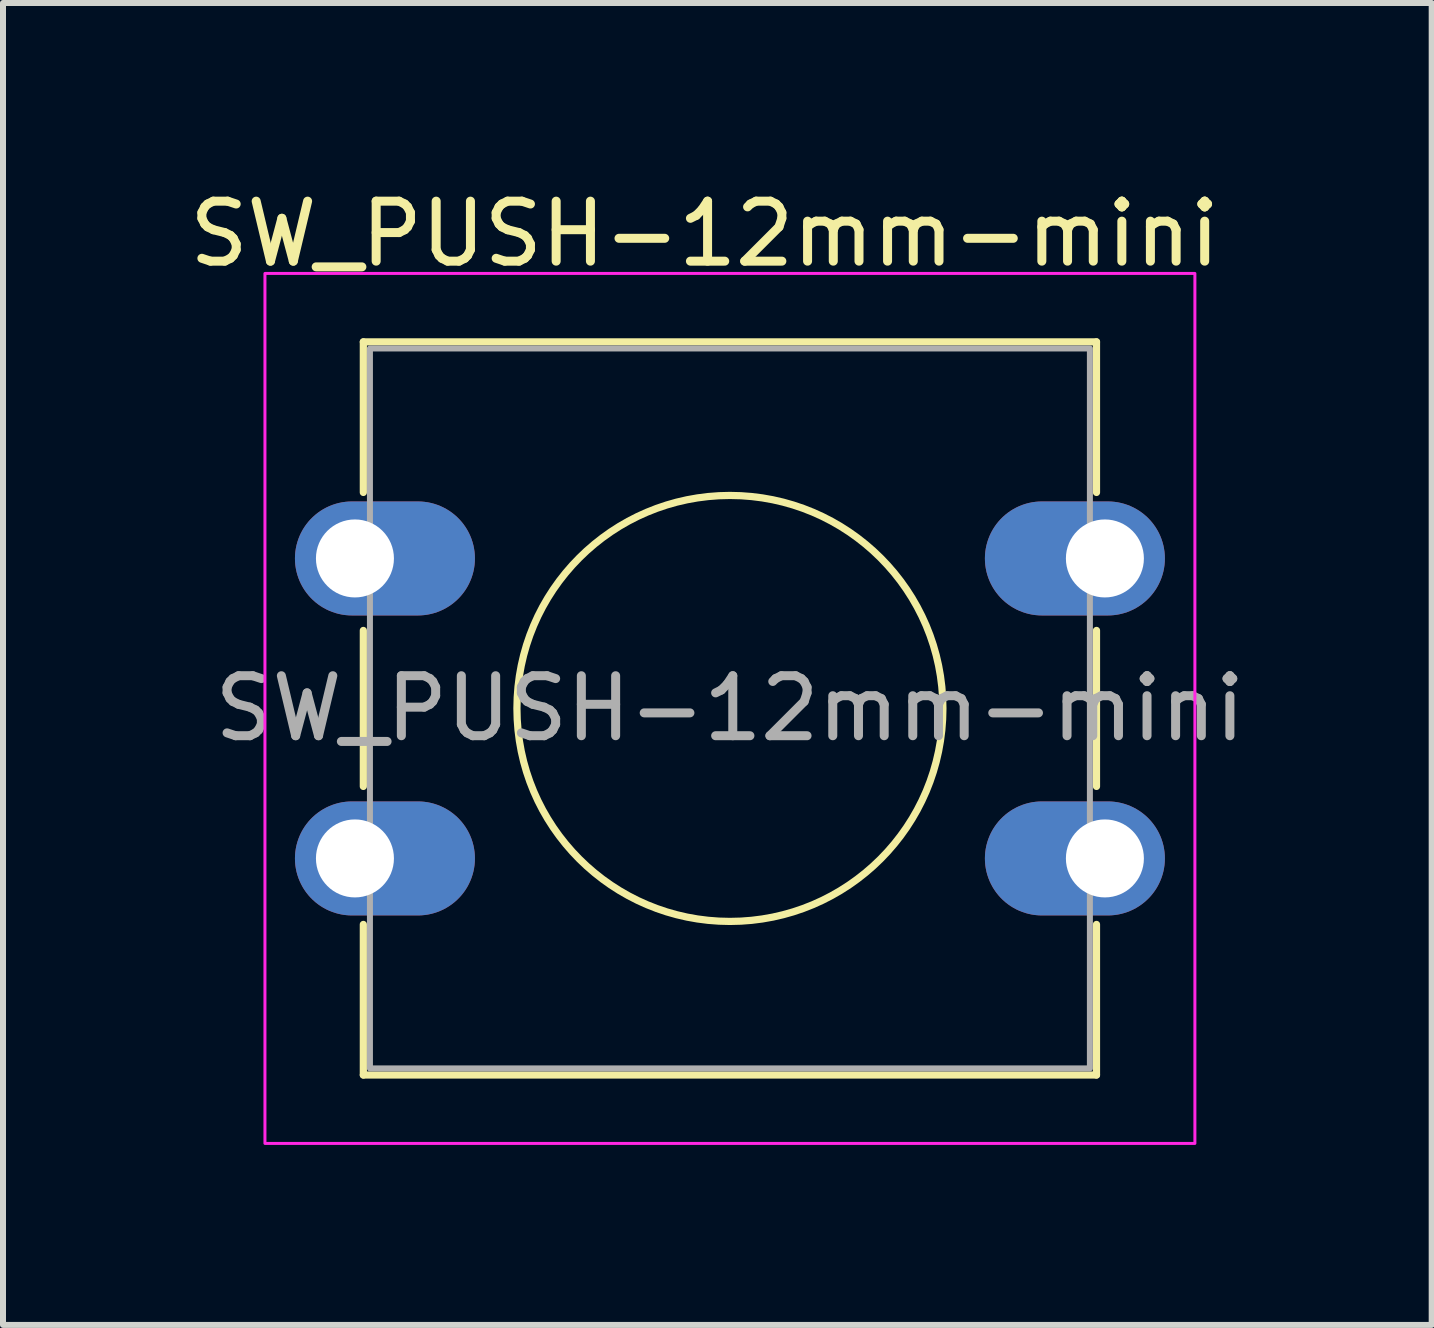
<source format=kicad_pcb>
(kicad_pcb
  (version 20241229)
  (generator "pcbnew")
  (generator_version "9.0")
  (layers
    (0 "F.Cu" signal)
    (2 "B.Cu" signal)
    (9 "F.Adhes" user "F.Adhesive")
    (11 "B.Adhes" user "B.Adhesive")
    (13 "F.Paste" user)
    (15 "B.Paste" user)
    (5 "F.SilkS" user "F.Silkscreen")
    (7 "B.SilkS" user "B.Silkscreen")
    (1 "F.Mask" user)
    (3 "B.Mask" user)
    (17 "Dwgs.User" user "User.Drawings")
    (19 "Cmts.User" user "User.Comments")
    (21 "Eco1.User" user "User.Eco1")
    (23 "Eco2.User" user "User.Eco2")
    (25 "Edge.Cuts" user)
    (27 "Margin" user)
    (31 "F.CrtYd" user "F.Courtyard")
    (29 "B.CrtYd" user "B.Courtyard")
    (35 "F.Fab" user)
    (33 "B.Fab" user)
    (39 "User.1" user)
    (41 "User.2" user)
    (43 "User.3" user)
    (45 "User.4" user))
  (footprint "SW_PUSH-12mm-mini"
    (layer "F.Cu")
    (at 2.866 6.258)
    (property "Reference" "SW_PUSH-12mm-mini" (at 5.83 -5.41 0) (layer "F.SilkS") (effects (font (size 1 1) (thickness 0.15))))
    (attr through_hole)
    (fp_line (start 0.14 -3.61) (end 0.14 -1.1) (stroke (width 0.12) (type default)) (layer "F.SilkS"))
    (fp_line (start 0.14 -3.61) (end 12.36 -3.61) (stroke (width 0.12) (type default)) (layer "F.SilkS"))
    (fp_line (start 0.14 1.2) (end 0.14 3.8) (stroke (width 0.12) (type default)) (layer "F.SilkS"))
    (fp_line (start 0.14 6.1) (end 0.14 8.61) (stroke (width 0.12) (type default)) (layer "F.SilkS"))
    (fp_line (start 12.36 -3.61) (end 12.36 -1.1) (stroke (width 0.12) (type default)) (layer "F.SilkS"))
    (fp_line (start 12.36 1.2) (end 12.36 3.8) (stroke (width 0.12) (type default)) (layer "F.SilkS"))
    (fp_line (start 12.36 6.1) (end 12.36 8.61) (stroke (width 0.12) (type default)) (layer "F.SilkS"))
    (fp_line (start 12.36 8.61) (end 0.14 8.61) (stroke (width 0.12) (type default)) (layer "F.SilkS"))
    (fp_circle (center 6.25 2.5) (end 9.8 2.5) (stroke (width 0.12) (type default)) (fill no) (layer "F.SilkS"))
    (fp_rect (start -1.5 -4.75) (end 14 9.75) (stroke (width 0.05) (type default)) (fill no) (layer "F.CrtYd"))
    (fp_rect (start 0.25 -3.5) (end 12.25 8.5) (stroke (width 0.1) (type default)) (fill no) (layer "F.Fab"))
    (fp_text user "${REFERENCE}" (at 6.25 2.5 0) (layer "F.Fab") (effects (font (size 1 1) (thickness 0.15))))
    (pad "1" thru_hole oval (at 0 0) (size 3 1.9) (drill 1.3 (offset 0.5 0.000001)) (layers "*.Cu" "*.Mask"))
    (pad "1" thru_hole oval (at 12.5 0) (size 3 1.9) (drill 1.3 (offset -0.5 0.000001)) (layers "*.Cu" "*.Mask"))
    (pad "2" thru_hole oval (at 0 5) (size 3 1.9) (drill 1.3 (offset 0.5 0)) (layers "*.Cu" "*.Mask"))
    (pad "2" thru_hole oval (at 12.5 5) (size 3 1.9) (drill 1.3 (offset -0.5 0.000002)) (layers "*.Cu" "*.Mask")))
  (gr_rect
    (start -3 -3)
    (end 20.813 19.033)
    (stroke (width 0.1) (type default))
    (fill no)
    (layer "Edge.Cuts")))
</source>
